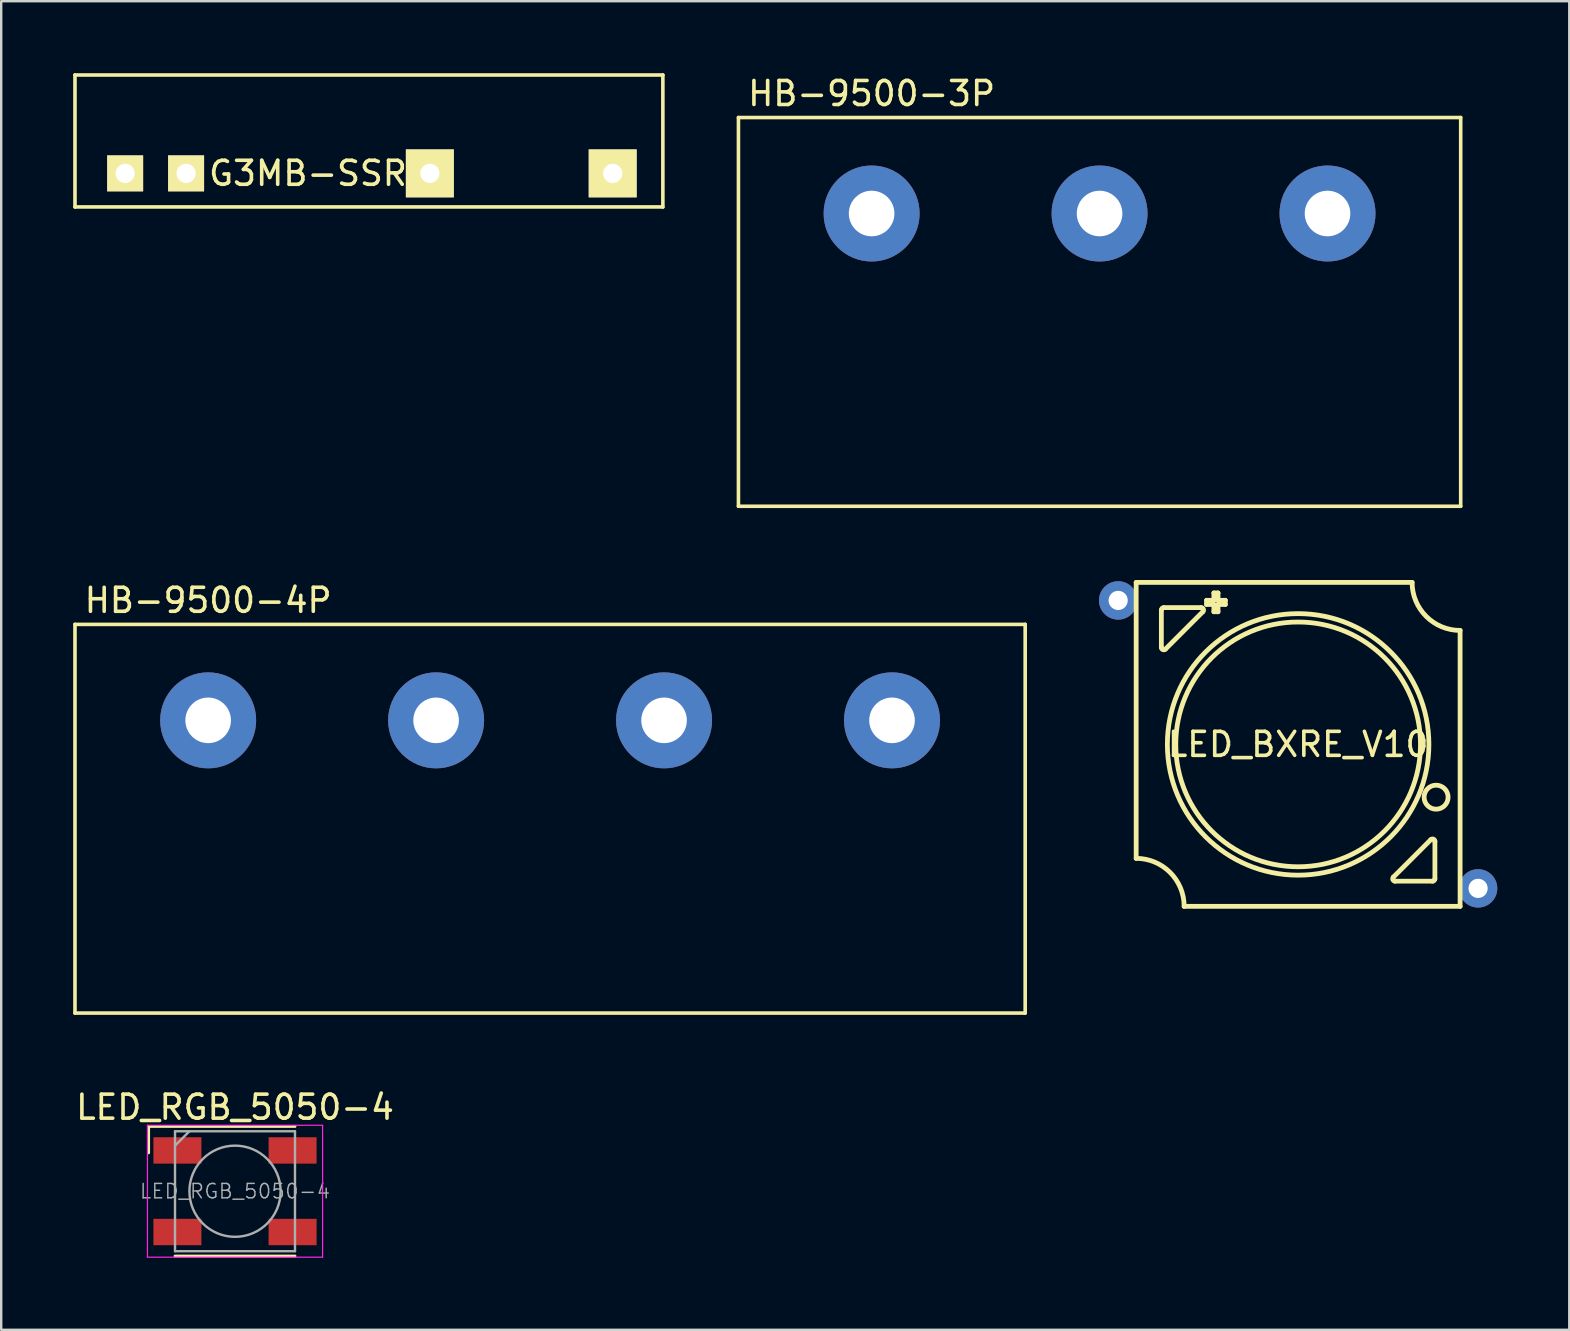
<source format=kicad_pcb>
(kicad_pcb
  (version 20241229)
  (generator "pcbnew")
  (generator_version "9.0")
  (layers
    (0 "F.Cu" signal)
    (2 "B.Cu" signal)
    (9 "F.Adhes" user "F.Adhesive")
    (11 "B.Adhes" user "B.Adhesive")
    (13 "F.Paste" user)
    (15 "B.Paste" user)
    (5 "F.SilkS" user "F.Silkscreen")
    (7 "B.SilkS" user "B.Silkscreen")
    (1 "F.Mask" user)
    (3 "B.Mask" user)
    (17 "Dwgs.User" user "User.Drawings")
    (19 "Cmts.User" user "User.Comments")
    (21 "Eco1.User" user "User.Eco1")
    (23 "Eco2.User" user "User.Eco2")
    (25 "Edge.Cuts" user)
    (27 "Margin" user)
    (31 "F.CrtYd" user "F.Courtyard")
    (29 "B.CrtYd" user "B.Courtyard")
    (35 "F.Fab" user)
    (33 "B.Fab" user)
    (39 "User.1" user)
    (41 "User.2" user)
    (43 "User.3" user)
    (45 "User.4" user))
  (footprint "HB-9500-4P"
    (layer "F.Cu")
    (at 5.625 26.971)
    (property "Reference" "HB-9500-4P" (at 0 -5 0) (layer "F.SilkS") (effects (font (size 1 1) (thickness 0.15))))
    (attr through_hole)
    (fp_line (start -5.55 -4) (end -5.55 12.2) (stroke (width 0.15) (type solid)) (layer "F.SilkS"))
    (fp_line (start -5.55 -4) (end 34.05 -4) (stroke (width 0.15) (type solid)) (layer "F.SilkS"))
    (fp_line (start -5.55 12.2) (end 34.05 12.2) (stroke (width 0.15) (type solid)) (layer "F.SilkS"))
    (fp_line (start 34.05 -4) (end 34.05 12.2) (stroke (width 0.15) (type solid)) (layer "F.SilkS"))
    (pad "1" thru_hole circle (at 0 0) (size 4 4) (drill 1.9) (layers "*.Cu" "*.Mask"))
    (pad "2" thru_hole circle (at 9.5 0) (size 4 4) (drill 1.9) (layers "*.Cu" "*.Mask"))
    (pad "3" thru_hole circle (at 19 0) (size 4 4) (drill 1.9) (layers "*.Cu" "*.Mask"))
    (pad "4" thru_hole circle (at 28.5 0) (size 4 4) (drill 1.9) (layers "*.Cu" "*.Mask")))
  (footprint "LED_BXRE_V10"
    (layer "F.Cu")
    (at 51.05 27.973)
    (property "Reference" "LED_BXRE_V10" (at 0 0 0) (layer "F.SilkS") (effects (font (size 1 1) (thickness 0.15))))
    (attr through_hole)
    (fp_line (start -6.75 4.75) (end -6.75 -6.75) (stroke (width 0.2) (type solid)) (layer "F.SilkS"))
    (fp_line (start -5.7 -5.6) (end -5.7 -4.041) (stroke (width 0.2) (type solid)) (layer "F.SilkS"))
    (fp_line (start -5.529 -3.971) (end -3.971 -5.529) (stroke (width 0.2) (type solid)) (layer "F.SilkS"))
    (fp_line (start -4.041 -5.7) (end -5.6 -5.7) (stroke (width 0.2) (type solid)) (layer "F.SilkS"))
    (fp_line (start -3.815 -6.004) (end -3.815 -5.832) (stroke (width 0.2) (type solid)) (layer "F.SilkS"))
    (fp_line (start -3.815 -5.832) (end -3.511 -5.832) (stroke (width 0.2) (type solid)) (layer "F.SilkS"))
    (fp_line (start -3.511 -6.311) (end -3.511 -6.004) (stroke (width 0.2) (type solid)) (layer "F.SilkS"))
    (fp_line (start -3.511 -6.004) (end -3.815 -6.004) (stroke (width 0.2) (type solid)) (layer "F.SilkS"))
    (fp_line (start -3.511 -5.832) (end -3.511 -5.529) (stroke (width 0.2) (type solid)) (layer "F.SilkS"))
    (fp_line (start -3.511 -5.529) (end -3.339 -5.529) (stroke (width 0.2) (type solid)) (layer "F.SilkS"))
    (fp_line (start -3.339 -6.311) (end -3.511 -6.311) (stroke (width 0.2) (type solid)) (layer "F.SilkS"))
    (fp_line (start -3.339 -6.004) (end -3.339 -6.311) (stroke (width 0.2) (type solid)) (layer "F.SilkS"))
    (fp_line (start -3.339 -5.832) (end -3.035 -5.832) (stroke (width 0.2) (type solid)) (layer "F.SilkS"))
    (fp_line (start -3.339 -5.529) (end -3.339 -5.832) (stroke (width 0.2) (type solid)) (layer "F.SilkS"))
    (fp_line (start -3.035 -6.004) (end -3.339 -6.004) (stroke (width 0.2) (type solid)) (layer "F.SilkS"))
    (fp_line (start -3.035 -5.832) (end -3.035 -6.004) (stroke (width 0.2) (type solid)) (layer "F.SilkS"))
    (fp_line (start 4.041 5.7) (end 5.6 5.7) (stroke (width 0.2) (type solid)) (layer "F.SilkS"))
    (fp_line (start 4.75 -6.75) (end -6.75 -6.75) (stroke (width 0.2) (type solid)) (layer "F.SilkS"))
    (fp_line (start 5.529 3.971) (end 3.971 5.529) (stroke (width 0.2) (type solid)) (layer "F.SilkS"))
    (fp_line (start 5.7 5.6) (end 5.7 4.041) (stroke (width 0.2) (type solid)) (layer "F.SilkS"))
    (fp_line (start 6.75 6.75) (end -4.75 6.75) (stroke (width 0.2) (type solid)) (layer "F.SilkS"))
    (fp_line (start 6.75 6.75) (end 6.75 -4.75) (stroke (width 0.2) (type solid)) (layer "F.SilkS"))
    (fp_arc (start -6.75 4.75) (mid -5.335786 5.335786) (end -4.75 6.75) (stroke (width 0.2) (type solid)) (layer "F.SilkS"))
    (fp_arc (start -5.7 -5.6) (mid -5.670711 -5.670711) (end -5.6 -5.7) (stroke (width 0.2) (type solid)) (layer "F.SilkS"))
    (fp_arc (start -5.529289 -3.97071) (mid -5.638269 -3.949033) (end -5.7 -4.041421) (stroke (width 0.2) (type solid)) (layer "F.SilkS"))
    (fp_arc (start -4.04142 -5.7) (mid -3.949033 -5.638268) (end -3.970711 -5.529289) (stroke (width 0.2) (type solid)) (layer "F.SilkS"))
    (fp_arc (start 4.04142 5.7) (mid 3.949033 5.638268) (end 3.970711 5.529289) (stroke (width 0.2) (type solid)) (layer "F.SilkS"))
    (fp_arc (start 5.529289 3.97071) (mid 5.638269 3.949033) (end 5.7 4.041421) (stroke (width 0.2) (type solid)) (layer "F.SilkS"))
    (fp_arc (start 5.7 5.6) (mid 5.670711 5.670711) (end 5.6 5.7) (stroke (width 0.2) (type solid)) (layer "F.SilkS"))
    (fp_arc (start 6.75 -4.75) (mid 5.335786 -5.335786) (end 4.75 -6.75) (stroke (width 0.2) (type solid)) (layer "F.SilkS"))
    (fp_circle (center 0 0) (end 5.1 0) (stroke (width 0.2) (type solid)) (fill no) (layer "F.SilkS"))
    (fp_circle (center 0 0) (end 5.45 0) (stroke (width 0.2) (type solid)) (fill no) (layer "F.SilkS"))
    (fp_circle (center 5.75 2.2) (end 6.25 2.2) (stroke (width 0.2) (type solid)) (fill no) (layer "F.SilkS"))
    (pad "1" thru_hole circle (at 7.5 6) (size 1.6 1.6) (drill 0.8) (layers "*.Cu" "*.Mask"))
    (pad "2" thru_hole circle (at -7.5 -6) (size 1.6 1.6) (drill 0.8) (layers "*.Cu" "*.Mask")))
  (footprint "G3MB-SSR"
    (layer "F.Cu")
    (at 12.325 4.175)
    (property "Reference" "G3MB-SSR" (at -2.54 0 0) (layer "F.SilkS") (effects (font (size 1 1) (thickness 0.15))))
    (attr through_hole)
    (fp_line (start -12.25 -4.1) (end -12.25 1.4) (stroke (width 0.15) (type solid)) (layer "F.SilkS"))
    (fp_line (start -12.25 1.4) (end 12.25 1.4) (stroke (width 0.15) (type solid)) (layer "F.SilkS"))
    (fp_line (start 12.25 -4.1) (end -12.25 -4.1) (stroke (width 0.15) (type solid)) (layer "F.SilkS"))
    (fp_line (start 12.25 1.4) (end 12.25 -4.1) (stroke (width 0.15) (type solid)) (layer "F.SilkS"))
    (pad "1" thru_hole rect (at 10.16 0) (size 2 2) (drill 0.8) (layers "*.Cu" "*.Mask" "F.SilkS"))
    (pad "2" thru_hole rect (at 2.54 0) (size 2 2) (drill 0.8) (layers "*.Cu" "*.Mask" "F.SilkS"))
    (pad "3" thru_hole rect (at -7.62 0) (size 1.5 1.5) (drill 0.8) (layers "*.Cu" "*.Mask" "F.SilkS"))
    (pad "4" thru_hole rect (at -10.16 0) (size 1.5 1.5) (drill 0.8) (layers "*.Cu" "*.Mask" "F.SilkS")))
  (footprint "HB-9500-3P"
    (layer "F.Cu")
    (at 33.275 5.848)
    (property "Reference" "HB-9500-3P" (at 0 -5 0) (layer "F.SilkS") (effects (font (size 1 1) (thickness 0.15))))
    (attr through_hole)
    (fp_line (start -5.55 -4) (end -5.55 12.2) (stroke (width 0.15) (type solid)) (layer "F.SilkS"))
    (fp_line (start -5.55 -4) (end 24.55 -4) (stroke (width 0.15) (type solid)) (layer "F.SilkS"))
    (fp_line (start -5.55 12.2) (end 24.55 12.2) (stroke (width 0.15) (type solid)) (layer "F.SilkS"))
    (fp_line (start 24.55 -4) (end 24.55 12.2) (stroke (width 0.15) (type solid)) (layer "F.SilkS"))
    (pad "1" thru_hole circle (at 0 0) (size 4 4) (drill 1.9) (layers "*.Cu" "*.Mask"))
    (pad "2" thru_hole circle (at 9.5 0) (size 4 4) (drill 1.9) (layers "*.Cu" "*.Mask"))
    (pad "3" thru_hole circle (at 19 0) (size 4 4) (drill 1.9) (layers "*.Cu" "*.Mask")))
  (footprint "LED_RGB_5050-4"
    (layer "F.Cu")
    (at 6.744 46.595)
    (property "Reference" "LED_RGB_5050-4" (at 0 -3.5 180) (layer "F.SilkS") (effects (font (size 1 1) (thickness 0.15))))
    (attr smd)
    (fp_line (start -3.6 -2.7) (end 2.5 -2.7) (stroke (width 0.12) (type solid)) (layer "F.SilkS"))
    (fp_line (start -3.6 -1.6) (end -3.6 -2.7) (stroke (width 0.12) (type solid)) (layer "F.SilkS"))
    (fp_line (start 2.5 2.7) (end -2.5 2.7) (stroke (width 0.12) (type solid)) (layer "F.SilkS"))
    (fp_line (start -3.65 -2.75) (end -3.65 2.75) (stroke (width 0.05) (type solid)) (layer "F.CrtYd"))
    (fp_line (start -3.65 2.75) (end 3.65 2.75) (stroke (width 0.05) (type solid)) (layer "F.CrtYd"))
    (fp_line (start 3.65 -2.75) (end -3.65 -2.75) (stroke (width 0.05) (type solid)) (layer "F.CrtYd"))
    (fp_line (start 3.65 2.75) (end 3.65 -2.75) (stroke (width 0.05) (type solid)) (layer "F.CrtYd"))
    (fp_line (start -2.5 -2.5) (end -2.5 2.5) (stroke (width 0.1) (type solid)) (layer "F.Fab"))
    (fp_line (start -2.5 -1.9) (end -1.9 -2.5) (stroke (width 0.1) (type solid)) (layer "F.Fab"))
    (fp_line (start -2.5 2.5) (end 2.5 2.5) (stroke (width 0.1) (type solid)) (layer "F.Fab"))
    (fp_line (start 2.5 -2.5) (end -2.5 -2.5) (stroke (width 0.1) (type solid)) (layer "F.Fab"))
    (fp_line (start 2.5 2.5) (end 2.5 -2.5) (stroke (width 0.1) (type solid)) (layer "F.Fab"))
    (fp_circle (center 0 0) (end 0 -1.9) (stroke (width 0.1) (type solid)) (fill no) (layer "F.Fab"))
    (fp_text user "${REFERENCE}" (at 0 0 0) (layer "F.Fab") (effects (font (size 0.6 0.6) (thickness 0.06))))
    (pad "1" smd rect (at 2.4 1.7 90) (size 1.1 2) (layers "F.Cu" "F.Mask" "F.Paste"))
    (pad "2" smd rect (at 2.4 -1.7 90) (size 1.1 2) (layers "F.Cu" "F.Mask" "F.Paste"))
    (pad "3" smd rect (at -2.4 -1.7 90) (size 1.1 2) (layers "F.Cu" "F.Mask" "F.Paste"))
    (pad "4" smd rect (at -2.4 1.7 90) (size 1.1 2) (layers "F.Cu" "F.Mask" "F.Paste")))
  (gr_rect
    (start -3 -3)
    (end 62.35 52.37)
    (stroke (width 0.1) (type default))
    (fill no)
    (layer "Edge.Cuts")))
</source>
